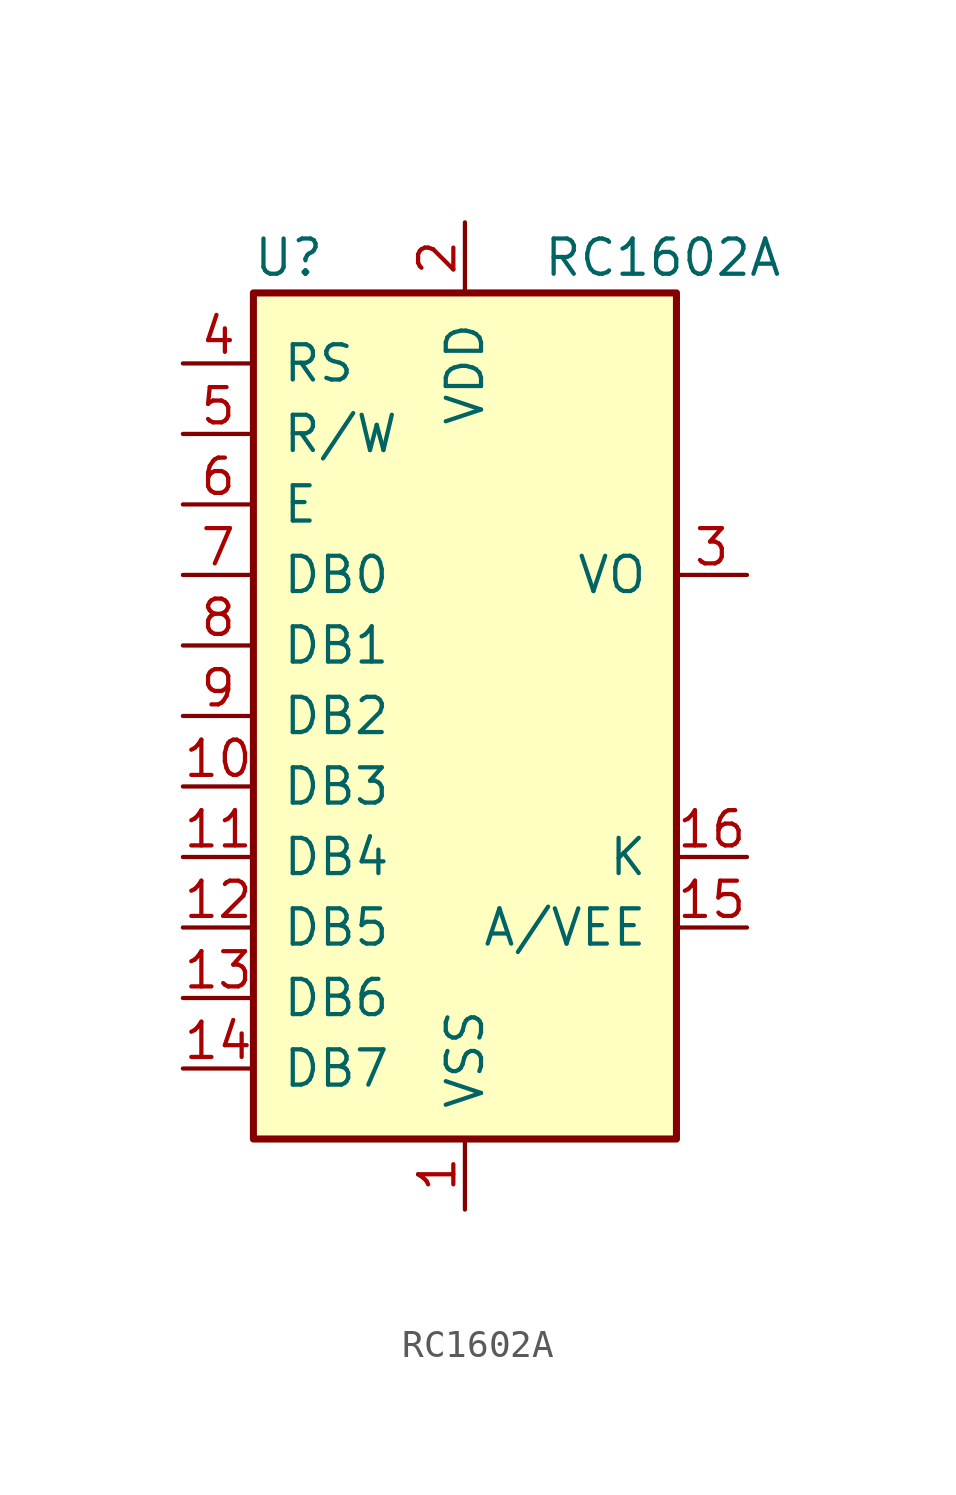
<source format=kicad_sym>
(kicad_symbol_lib
  (version 20231120)
  (generator "kicad_symbol_editor")
  (generator_version "8.0")
  (symbol "RC1602A"
    (pin_names
      (offset 1.016))
    (property "Reference" "U"
      (at -6.35 16.51 0)
      (effects (font (size 1.27 1.27))))
    (property "Value" "RC1602A"
      (at 2.794 16.51 0)
      (effects (font (size 1.27 1.27)) (justify left)))
    (symbol "RC1602A_0_1"
      (rectangle (start -7.62 15.24) (end 7.62 -15.24) (stroke (width 0.254) (type default)) (fill (type background))))
    (symbol "RC1602A_1_1"
      (pin power_in line (at 0 -17.78 90) (length 2.54) (name "VSS" (effects (font (size 1.27 1.27)))) (number "1" (effects (font (size 1.27 1.27)))))
      (pin bidirectional line (at -10.16 -2.54 0) (length 2.54) (name "DB3" (effects (font (size 1.27 1.27)))) (number "10" (effects (font (size 1.27 1.27)))))
      (pin bidirectional line (at -10.16 -5.08 0) (length 2.54) (name "DB4" (effects (font (size 1.27 1.27)))) (number "11" (effects (font (size 1.27 1.27)))))
      (pin bidirectional line (at -10.16 -7.62 0) (length 2.54) (name "DB5" (effects (font (size 1.27 1.27)))) (number "12" (effects (font (size 1.27 1.27)))))
      (pin bidirectional line (at -10.16 -10.16 0) (length 2.54) (name "DB6" (effects (font (size 1.27 1.27)))) (number "13" (effects (font (size 1.27 1.27)))))
      (pin bidirectional line (at -10.16 -12.7 0) (length 2.54) (name "DB7" (effects (font (size 1.27 1.27)))) (number "14" (effects (font (size 1.27 1.27)))))
      (pin power_in line (at 10.16 -7.62 180) (length 2.54) (name "A/VEE" (effects (font (size 1.27 1.27)))) (number "15" (effects (font (size 1.27 1.27)))))
      (pin power_in line (at 10.16 -5.08 180) (length 2.54) (name "K" (effects (font (size 1.27 1.27)))) (number "16" (effects (font (size 1.27 1.27)))))
      (pin power_in line (at 0 17.78 270) (length 2.54) (name "VDD" (effects (font (size 1.27 1.27)))) (number "2" (effects (font (size 1.27 1.27)))))
      (pin power_in line (at 10.16 5.08 180) (length 2.54) (name "VO" (effects (font (size 1.27 1.27)))) (number "3" (effects (font (size 1.27 1.27)))))
      (pin input line (at -10.16 12.7 0) (length 2.54) (name "RS" (effects (font (size 1.27 1.27)))) (number "4" (effects (font (size 1.27 1.27)))))
      (pin input line (at -10.16 10.16 0) (length 2.54) (name "R/W" (effects (font (size 1.27 1.27)))) (number "5" (effects (font (size 1.27 1.27)))))
      (pin input line (at -10.16 7.62 0) (length 2.54) (name "E" (effects (font (size 1.27 1.27)))) (number "6" (effects (font (size 1.27 1.27)))))
      (pin bidirectional line (at -10.16 5.08 0) (length 2.54) (name "DB0" (effects (font (size 1.27 1.27)))) (number "7" (effects (font (size 1.27 1.27)))))
      (pin bidirectional line (at -10.16 2.54 0) (length 2.54) (name "DB1" (effects (font (size 1.27 1.27)))) (number "8" (effects (font (size 1.27 1.27)))))
      (pin bidirectional line (at -10.16 0 0) (length 2.54) (name "DB2" (effects (font (size 1.27 1.27)))) (number "9" (effects (font (size 1.27 1.27))))))))
</source>
